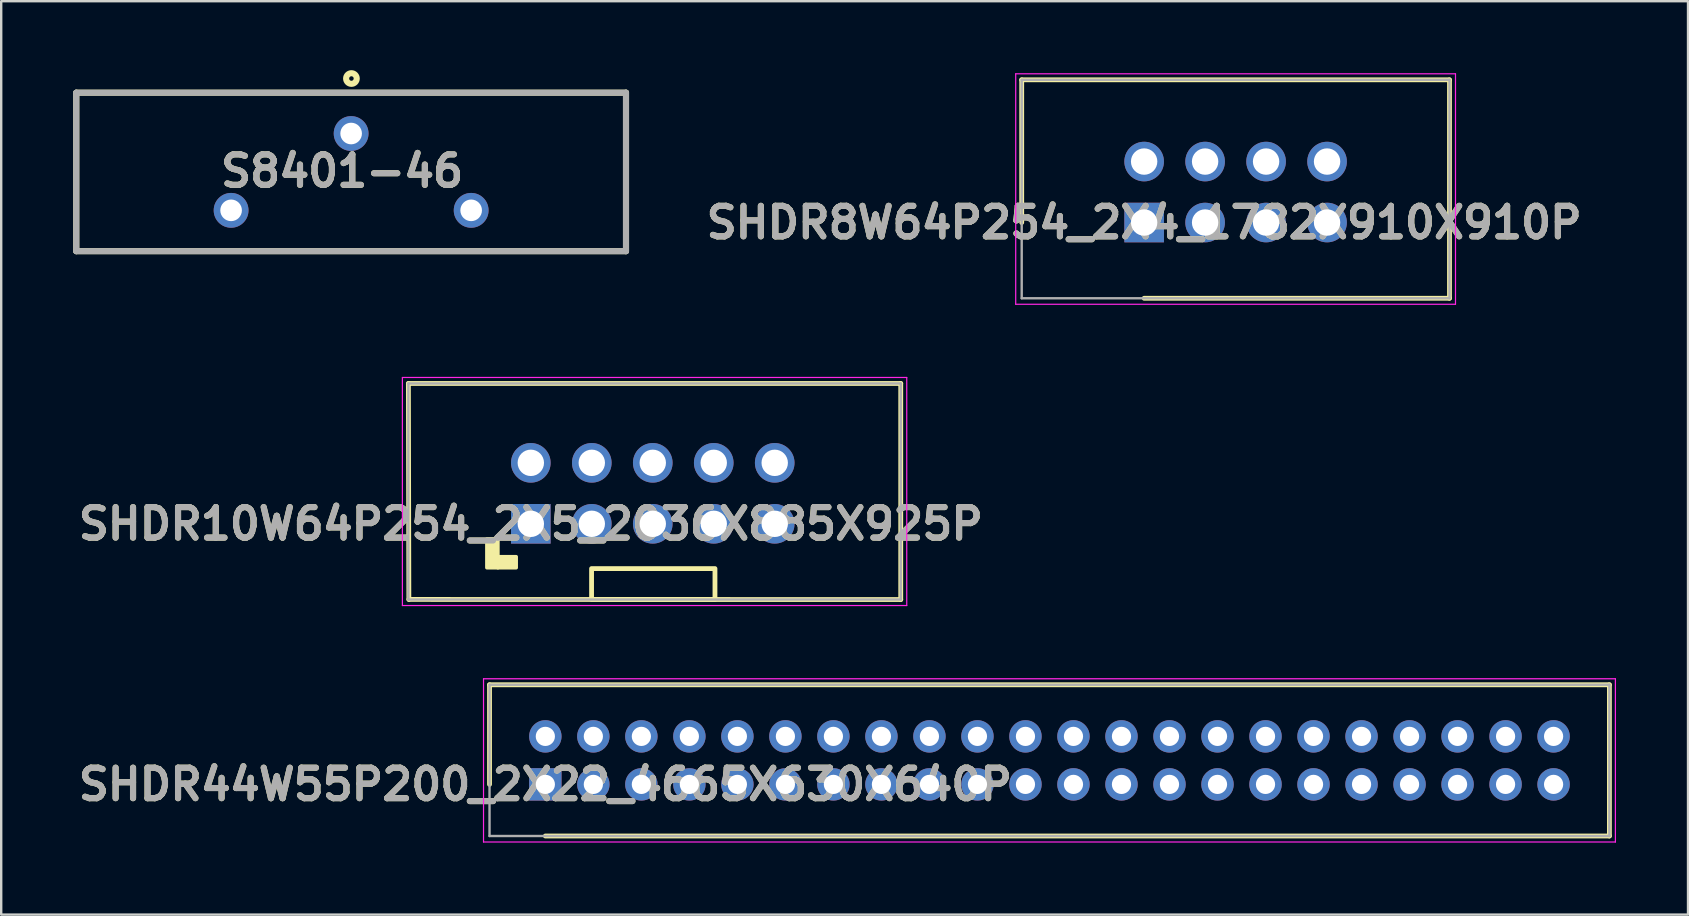
<source format=kicad_pcb>
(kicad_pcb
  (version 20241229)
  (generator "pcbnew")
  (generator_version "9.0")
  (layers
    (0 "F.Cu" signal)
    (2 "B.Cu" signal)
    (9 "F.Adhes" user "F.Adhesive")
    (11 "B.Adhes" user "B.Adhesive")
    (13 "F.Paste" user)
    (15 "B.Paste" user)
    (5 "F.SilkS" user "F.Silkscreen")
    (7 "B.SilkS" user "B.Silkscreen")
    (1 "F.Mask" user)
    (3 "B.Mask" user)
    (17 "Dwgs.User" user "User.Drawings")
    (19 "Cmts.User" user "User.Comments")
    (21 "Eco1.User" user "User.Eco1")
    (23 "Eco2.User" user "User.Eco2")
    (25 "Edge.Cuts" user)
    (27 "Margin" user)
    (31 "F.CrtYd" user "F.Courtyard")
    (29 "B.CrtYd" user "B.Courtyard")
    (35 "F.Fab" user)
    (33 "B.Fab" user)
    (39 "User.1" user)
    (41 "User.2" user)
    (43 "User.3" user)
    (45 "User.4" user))
  (footprint "SHDR8W64P254_2X4_1782X910X910P"
    (layer "F.Cu")
    (at 44.611 6.22)
    (property "Reference" "SHDR8W64P254_2X4_1782X910X910P" (at 0 0 0) (layer "F.SilkS") (effects (font (size 1.27 1.27) (thickness 0.254))))
    (attr through_hole)
    (fp_line (start -5.1 -5.945) (end -5.1 0) (stroke (width 0.2) (type solid)) (layer "F.SilkS"))
    (fp_line (start 0 3.155) (end 12.72 3.155) (stroke (width 0.2) (type solid)) (layer "F.SilkS"))
    (fp_line (start 12.72 -5.945) (end -5.1 -5.945) (stroke (width 0.2) (type solid)) (layer "F.SilkS"))
    (fp_line (start 12.72 3.155) (end 12.72 -5.945) (stroke (width 0.2) (type solid)) (layer "F.SilkS"))
    (fp_line (start -5.35 -6.195) (end 12.97 -6.195) (stroke (width 0.05) (type solid)) (layer "F.CrtYd"))
    (fp_line (start -5.35 3.405) (end -5.35 -6.195) (stroke (width 0.05) (type solid)) (layer "F.CrtYd"))
    (fp_line (start 12.97 -6.195) (end 12.97 3.405) (stroke (width 0.05) (type solid)) (layer "F.CrtYd"))
    (fp_line (start 12.97 3.405) (end -5.35 3.405) (stroke (width 0.05) (type solid)) (layer "F.CrtYd"))
    (fp_line (start -5.1 -5.945) (end 12.72 -5.945) (stroke (width 0.1) (type solid)) (layer "F.Fab"))
    (fp_line (start -5.1 3.155) (end -5.1 -5.945) (stroke (width 0.1) (type solid)) (layer "F.Fab"))
    (fp_line (start 12.72 -5.945) (end 12.72 3.155) (stroke (width 0.1) (type solid)) (layer "F.Fab"))
    (fp_line (start 12.72 3.155) (end -5.1 3.155) (stroke (width 0.1) (type solid)) (layer "F.Fab"))
    (fp_text user "${REFERENCE}" (at 0 0 0) (layer "F.Fab") (effects (font (size 1.27 1.27) (thickness 0.254))))
    (pad "1" thru_hole rect (at 0 0) (size 1.65 1.65) (drill 1.1) (layers "*.Cu" "*.Mask"))
    (pad "2" thru_hole circle (at 0 -2.54) (size 1.65 1.65) (drill 1.1) (layers "*.Cu" "*.Mask"))
    (pad "3" thru_hole circle (at 2.54 0) (size 1.65 1.65) (drill 1.1) (layers "*.Cu" "*.Mask"))
    (pad "4" thru_hole circle (at 2.54 -2.54) (size 1.65 1.65) (drill 1.1) (layers "*.Cu" "*.Mask"))
    (pad "5" thru_hole circle (at 5.08 0) (size 1.65 1.65) (drill 1.1) (layers "*.Cu" "*.Mask"))
    (pad "6" thru_hole circle (at 5.08 -2.54) (size 1.65 1.65) (drill 1.1) (layers "*.Cu" "*.Mask"))
    (pad "7" thru_hole circle (at 7.62 0) (size 1.65 1.65) (drill 1.1) (layers "*.Cu" "*.Mask"))
    (pad "8" thru_hole circle (at 7.62 -2.54) (size 1.65 1.65) (drill 1.1) (layers "*.Cu" "*.Mask")))
  (footprint "S8401-46"
    (layer "F.Cu")
    (at 11.577 4.112)
    (property "Reference" "S8401-46" (at -0.376 -0.036 0) (layer "F.SilkS") (effects (font (size 1.27 1.27) (thickness 0.254))))
    (attr through_hole)
    (fp_line (start -11.45 -3.3) (end -11.45 3.3) (stroke (width 0.254) (type solid)) (layer "F.SilkS"))
    (fp_line (start -11.45 3.3) (end 11.45 3.3) (stroke (width 0.254) (type solid)) (layer "F.SilkS"))
    (fp_line (start 11.45 -3.3) (end -11.45 -3.3) (stroke (width 0.254) (type solid)) (layer "F.SilkS"))
    (fp_line (start 11.45 3.3) (end 11.45 -3.3) (stroke (width 0.254) (type solid)) (layer "F.SilkS"))
    (fp_circle (center 0.012 -3.891) (end 0.012 -3.797) (stroke (width 0.254) (type solid)) (fill no) (layer "F.SilkS"))
    (fp_line (start -11.45 -3.3) (end 11.45 -3.3) (stroke (width 0.254) (type solid)) (layer "F.Fab"))
    (fp_line (start -11.45 3.3) (end -11.45 -3.3) (stroke (width 0.254) (type solid)) (layer "F.Fab"))
    (fp_line (start 11.45 -3.3) (end 11.45 3.3) (stroke (width 0.254) (type solid)) (layer "F.Fab"))
    (fp_line (start 11.45 3.3) (end -11.45 3.3) (stroke (width 0.254) (type solid)) (layer "F.Fab"))
    (fp_text user "${REFERENCE}" (at -0.376 -0.036 0) (layer "F.Fab") (effects (font (size 1.27 1.27) (thickness 0.254))))
    (pad "1" thru_hole circle (at 0 -1.6) (size 1.45 1.45) (drill 0.9) (layers "*.Cu" "*.Mask"))
    (pad "2" thru_hole circle (at -5 1.6) (size 1.45 1.45) (drill 0.9) (layers "*.Cu" "*.Mask"))
    (pad "3" thru_hole circle (at 5 1.6) (size 1.45 1.45) (drill 0.9) (layers "*.Cu" "*.Mask")))
  (footprint "SHDR44W55P200_2X22_4665X630X640P"
    (layer "F.Cu")
    (at 19.667 29.625)
    (property "Reference" "SHDR44W55P200_2X22_4665X630X640P" (at 0 0 0) (layer "F.SilkS") (effects (font (size 1.27 1.27) (thickness 0.254))))
    (attr through_hole)
    (fp_line (start -2.325 -4.15) (end -2.325 0) (stroke (width 0.2) (type solid)) (layer "F.SilkS"))
    (fp_line (start 0 2.15) (end 44.325 2.15) (stroke (width 0.2) (type solid)) (layer "F.SilkS"))
    (fp_line (start 44.325 -4.15) (end -2.325 -4.15) (stroke (width 0.2) (type solid)) (layer "F.SilkS"))
    (fp_line (start 44.325 2.15) (end 44.325 -4.15) (stroke (width 0.2) (type solid)) (layer "F.SilkS"))
    (fp_line (start -2.575 -4.4) (end 44.575 -4.4) (stroke (width 0.05) (type solid)) (layer "F.CrtYd"))
    (fp_line (start -2.575 2.4) (end -2.575 -4.4) (stroke (width 0.05) (type solid)) (layer "F.CrtYd"))
    (fp_line (start 44.575 -4.4) (end 44.575 2.4) (stroke (width 0.05) (type solid)) (layer "F.CrtYd"))
    (fp_line (start 44.575 2.4) (end -2.575 2.4) (stroke (width 0.05) (type solid)) (layer "F.CrtYd"))
    (fp_line (start -2.325 -4.15) (end 44.325 -4.15) (stroke (width 0.1) (type solid)) (layer "F.Fab"))
    (fp_line (start -2.325 2.15) (end -2.325 -4.15) (stroke (width 0.1) (type solid)) (layer "F.Fab"))
    (fp_line (start 44.325 -4.15) (end 44.325 2.15) (stroke (width 0.1) (type solid)) (layer "F.Fab"))
    (fp_line (start 44.325 2.15) (end -2.325 2.15) (stroke (width 0.1) (type solid)) (layer "F.Fab"))
    (fp_text user "${REFERENCE}" (at 0 0 0) (layer "F.Fab") (effects (font (size 1.27 1.27) (thickness 0.254))))
    (pad "1" thru_hole rect (at 0 0) (size 1.35 1.35) (drill 0.8) (layers "*.Cu" "*.Mask"))
    (pad "2" thru_hole circle (at 0 -2) (size 1.35 1.35) (drill 0.8) (layers "*.Cu" "*.Mask"))
    (pad "3" thru_hole circle (at 2 0) (size 1.35 1.35) (drill 0.8) (layers "*.Cu" "*.Mask"))
    (pad "4" thru_hole circle (at 2 -2) (size 1.35 1.35) (drill 0.8) (layers "*.Cu" "*.Mask"))
    (pad "5" thru_hole circle (at 4 0) (size 1.35 1.35) (drill 0.8) (layers "*.Cu" "*.Mask"))
    (pad "6" thru_hole circle (at 4 -2) (size 1.35 1.35) (drill 0.8) (layers "*.Cu" "*.Mask"))
    (pad "7" thru_hole circle (at 6 0) (size 1.35 1.35) (drill 0.8) (layers "*.Cu" "*.Mask"))
    (pad "8" thru_hole circle (at 6 -2) (size 1.35 1.35) (drill 0.8) (layers "*.Cu" "*.Mask"))
    (pad "9" thru_hole circle (at 8 0) (size 1.35 1.35) (drill 0.8) (layers "*.Cu" "*.Mask"))
    (pad "10" thru_hole circle (at 8 -2) (size 1.35 1.35) (drill 0.8) (layers "*.Cu" "*.Mask"))
    (pad "11" thru_hole circle (at 10 0) (size 1.35 1.35) (drill 0.8) (layers "*.Cu" "*.Mask"))
    (pad "12" thru_hole circle (at 10 -2) (size 1.35 1.35) (drill 0.8) (layers "*.Cu" "*.Mask"))
    (pad "13" thru_hole circle (at 12 0) (size 1.35 1.35) (drill 0.8) (layers "*.Cu" "*.Mask"))
    (pad "14" thru_hole circle (at 12 -2) (size 1.35 1.35) (drill 0.8) (layers "*.Cu" "*.Mask"))
    (pad "15" thru_hole circle (at 14 0) (size 1.35 1.35) (drill 0.8) (layers "*.Cu" "*.Mask"))
    (pad "16" thru_hole circle (at 14 -2) (size 1.35 1.35) (drill 0.8) (layers "*.Cu" "*.Mask"))
    (pad "17" thru_hole circle (at 16 0) (size 1.35 1.35) (drill 0.8) (layers "*.Cu" "*.Mask"))
    (pad "18" thru_hole circle (at 16 -2) (size 1.35 1.35) (drill 0.8) (layers "*.Cu" "*.Mask"))
    (pad "19" thru_hole circle (at 18 0) (size 1.35 1.35) (drill 0.8) (layers "*.Cu" "*.Mask"))
    (pad "20" thru_hole circle (at 18 -2) (size 1.35 1.35) (drill 0.8) (layers "*.Cu" "*.Mask"))
    (pad "21" thru_hole circle (at 20 0) (size 1.35 1.35) (drill 0.8) (layers "*.Cu" "*.Mask"))
    (pad "22" thru_hole circle (at 20 -2) (size 1.35 1.35) (drill 0.8) (layers "*.Cu" "*.Mask"))
    (pad "23" thru_hole circle (at 22 0) (size 1.35 1.35) (drill 0.8) (layers "*.Cu" "*.Mask"))
    (pad "24" thru_hole circle (at 22 -2) (size 1.35 1.35) (drill 0.8) (layers "*.Cu" "*.Mask"))
    (pad "25" thru_hole circle (at 24 0) (size 1.35 1.35) (drill 0.8) (layers "*.Cu" "*.Mask"))
    (pad "26" thru_hole circle (at 24 -2) (size 1.35 1.35) (drill 0.8) (layers "*.Cu" "*.Mask"))
    (pad "27" thru_hole circle (at 26 0) (size 1.35 1.35) (drill 0.8) (layers "*.Cu" "*.Mask"))
    (pad "28" thru_hole circle (at 26 -2) (size 1.35 1.35) (drill 0.8) (layers "*.Cu" "*.Mask"))
    (pad "29" thru_hole circle (at 28 0) (size 1.35 1.35) (drill 0.8) (layers "*.Cu" "*.Mask"))
    (pad "30" thru_hole circle (at 28 -2) (size 1.35 1.35) (drill 0.8) (layers "*.Cu" "*.Mask"))
    (pad "31" thru_hole circle (at 30 0) (size 1.35 1.35) (drill 0.8) (layers "*.Cu" "*.Mask"))
    (pad "32" thru_hole circle (at 30 -2) (size 1.35 1.35) (drill 0.8) (layers "*.Cu" "*.Mask"))
    (pad "33" thru_hole circle (at 32 0) (size 1.35 1.35) (drill 0.8) (layers "*.Cu" "*.Mask"))
    (pad "34" thru_hole circle (at 32 -2) (size 1.35 1.35) (drill 0.8) (layers "*.Cu" "*.Mask"))
    (pad "35" thru_hole circle (at 34 0) (size 1.35 1.35) (drill 0.8) (layers "*.Cu" "*.Mask"))
    (pad "36" thru_hole circle (at 34 -2) (size 1.35 1.35) (drill 0.8) (layers "*.Cu" "*.Mask"))
    (pad "37" thru_hole circle (at 36 0) (size 1.35 1.35) (drill 0.8) (layers "*.Cu" "*.Mask"))
    (pad "38" thru_hole circle (at 36 -2) (size 1.35 1.35) (drill 0.8) (layers "*.Cu" "*.Mask"))
    (pad "39" thru_hole circle (at 38 0) (size 1.35 1.35) (drill 0.8) (layers "*.Cu" "*.Mask"))
    (pad "40" thru_hole circle (at 38 -2) (size 1.35 1.35) (drill 0.8) (layers "*.Cu" "*.Mask"))
    (pad "41" thru_hole circle (at 40 0) (size 1.35 1.35) (drill 0.8) (layers "*.Cu" "*.Mask"))
    (pad "42" thru_hole circle (at 40 -2) (size 1.35 1.35) (drill 0.8) (layers "*.Cu" "*.Mask"))
    (pad "43" thru_hole circle (at 42 0) (size 1.35 1.35) (drill 0.8) (layers "*.Cu" "*.Mask"))
    (pad "44" thru_hole circle (at 42 -2) (size 1.35 1.35) (drill 0.8) (layers "*.Cu" "*.Mask")))
  (footprint "SHDR10W64P254_2X5_2036X885X925P"
    (layer "F.Cu")
    (at 19.062 18.77)
    (property "Reference" "SHDR10W64P254_2X5_2036X885X925P" (at 0 0 0) (layer "F.SilkS") (effects (font (size 1.27 1.27) (thickness 0.254))))
    (attr through_hole)
    (fp_line (start -5.1 -5.845) (end -5.08 3.15) (stroke (width 0.2) (type solid)) (layer "F.SilkS"))
    (fp_line (start -5.08 3.15) (end 15.41 3.155) (stroke (width 0.2) (type solid)) (layer "F.SilkS"))
    (fp_line (start 15.41 -5.845) (end -5.1 -5.845) (stroke (width 0.2) (type solid)) (layer "F.SilkS"))
    (fp_line (start 15.41 3.155) (end 15.41 -5.845) (stroke (width 0.2) (type solid)) (layer "F.SilkS"))
    (fp_rect (start -1.829 0.635) (end -1.372 1.829) (stroke (width 0.15) (type solid)) (fill yes) (layer "F.SilkS"))
    (fp_rect (start -1.372 1.372) (end -0.61 1.829) (stroke (width 0.15) (type solid)) (fill yes) (layer "F.SilkS"))
    (fp_rect (start 2.531 1.865) (end 7.671 3.15) (stroke (width 0.2) (type default)) (fill no) (layer "F.SilkS"))
    (fp_line (start -5.35 -6.095) (end 15.66 -6.095) (stroke (width 0.05) (type solid)) (layer "F.CrtYd"))
    (fp_line (start -5.35 3.405) (end -5.35 -6.095) (stroke (width 0.05) (type solid)) (layer "F.CrtYd"))
    (fp_line (start 15.66 -6.095) (end 15.66 3.405) (stroke (width 0.05) (type solid)) (layer "F.CrtYd"))
    (fp_line (start 15.66 3.405) (end -5.35 3.405) (stroke (width 0.05) (type solid)) (layer "F.CrtYd"))
    (fp_line (start -5.1 -5.845) (end 15.41 -5.845) (stroke (width 0.1) (type solid)) (layer "F.Fab"))
    (fp_line (start -5.1 3.155) (end -5.1 -5.845) (stroke (width 0.1) (type solid)) (layer "F.Fab"))
    (fp_line (start 15.41 -5.845) (end 15.41 3.155) (stroke (width 0.1) (type solid)) (layer "F.Fab"))
    (fp_line (start 15.41 3.155) (end -5.1 3.155) (stroke (width 0.1) (type solid)) (layer "F.Fab"))
    (fp_text user "${REFERENCE}" (at 0 0 0) (layer "F.Fab") (effects (font (size 1.27 1.27) (thickness 0.254))))
    (pad "1" thru_hole rect (at 0 0) (size 1.65 1.65) (drill 1.1) (layers "*.Cu" "*.Mask"))
    (pad "2" thru_hole circle (at 0 -2.54) (size 1.65 1.65) (drill 1.1) (layers "*.Cu" "*.Mask"))
    (pad "3" thru_hole circle (at 2.54 0) (size 1.65 1.65) (drill 1.1) (layers "*.Cu" "*.Mask"))
    (pad "4" thru_hole circle (at 2.54 -2.54) (size 1.65 1.65) (drill 1.1) (layers "*.Cu" "*.Mask"))
    (pad "5" thru_hole circle (at 5.08 0) (size 1.65 1.65) (drill 1.1) (layers "*.Cu" "*.Mask"))
    (pad "6" thru_hole circle (at 5.08 -2.54) (size 1.65 1.65) (drill 1.1) (layers "*.Cu" "*.Mask"))
    (pad "7" thru_hole circle (at 7.62 0) (size 1.65 1.65) (drill 1.1) (layers "*.Cu" "*.Mask"))
    (pad "8" thru_hole circle (at 7.62 -2.54) (size 1.65 1.65) (drill 1.1) (layers "*.Cu" "*.Mask"))
    (pad "9" thru_hole circle (at 10.16 0) (size 1.65 1.65) (drill 1.1) (layers "*.Cu" "*.Mask"))
    (pad "10" thru_hole circle (at 10.16 -2.54) (size 1.65 1.65) (drill 1.1) (layers "*.Cu" "*.Mask")))
  (gr_rect
    (start -3 -3)
    (end 67.267 35.05)
    (stroke (width 0.1) (type default))
    (fill no)
    (layer "Edge.Cuts")))
</source>
